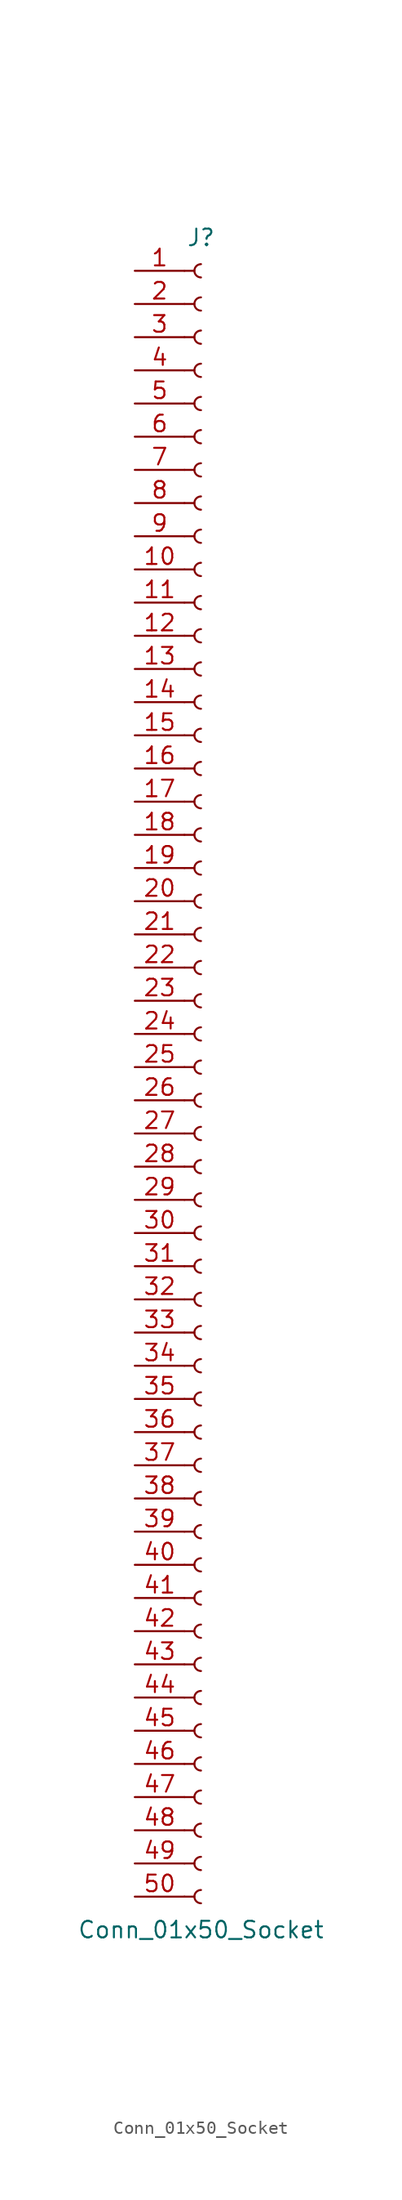
<source format=kicad_sym>
(kicad_symbol_lib
  (version 20241209)
  (generator "kicad_symbol_editor")
  (generator_version "9.0")
  (symbol "Conn_01x50_Socket"
    (pin_names
      (offset 1.016)
      (hide yes))
    (property "Reference" "J"
      (at 0 63.5 0)
      (effects (font (size 1.27 1.27))))
    (property "Value" "Conn_01x50_Socket"
      (at 0 -66.04 0)
      (effects (font (size 1.27 1.27))))
    (property "ki_locked" ""
      (at 0 0 0)
      (effects (font (size 1.27 1.27))))
    (symbol "Conn_01x50_Socket_1_1"
      (polyline (pts (xy -1.27 60.96) (xy -0.508 60.96)) (stroke (width 0.152) (type default)) (fill (type none)))
      (polyline (pts (xy -1.27 58.42) (xy -0.508 58.42)) (stroke (width 0.152) (type default)) (fill (type none)))
      (polyline (pts (xy -1.27 55.88) (xy -0.508 55.88)) (stroke (width 0.152) (type default)) (fill (type none)))
      (polyline (pts (xy -1.27 53.34) (xy -0.508 53.34)) (stroke (width 0.152) (type default)) (fill (type none)))
      (polyline (pts (xy -1.27 50.8) (xy -0.508 50.8)) (stroke (width 0.152) (type default)) (fill (type none)))
      (polyline (pts (xy -1.27 48.26) (xy -0.508 48.26)) (stroke (width 0.152) (type default)) (fill (type none)))
      (polyline (pts (xy -1.27 45.72) (xy -0.508 45.72)) (stroke (width 0.152) (type default)) (fill (type none)))
      (polyline (pts (xy -1.27 43.18) (xy -0.508 43.18)) (stroke (width 0.152) (type default)) (fill (type none)))
      (polyline (pts (xy -1.27 40.64) (xy -0.508 40.64)) (stroke (width 0.152) (type default)) (fill (type none)))
      (polyline (pts (xy -1.27 38.1) (xy -0.508 38.1)) (stroke (width 0.152) (type default)) (fill (type none)))
      (polyline (pts (xy -1.27 35.56) (xy -0.508 35.56)) (stroke (width 0.152) (type default)) (fill (type none)))
      (polyline (pts (xy -1.27 33.02) (xy -0.508 33.02)) (stroke (width 0.152) (type default)) (fill (type none)))
      (polyline (pts (xy -1.27 30.48) (xy -0.508 30.48)) (stroke (width 0.152) (type default)) (fill (type none)))
      (polyline (pts (xy -1.27 27.94) (xy -0.508 27.94)) (stroke (width 0.152) (type default)) (fill (type none)))
      (polyline (pts (xy -1.27 25.4) (xy -0.508 25.4)) (stroke (width 0.152) (type default)) (fill (type none)))
      (polyline (pts (xy -1.27 22.86) (xy -0.508 22.86)) (stroke (width 0.152) (type default)) (fill (type none)))
      (polyline (pts (xy -1.27 20.32) (xy -0.508 20.32)) (stroke (width 0.152) (type default)) (fill (type none)))
      (polyline (pts (xy -1.27 17.78) (xy -0.508 17.78)) (stroke (width 0.152) (type default)) (fill (type none)))
      (polyline (pts (xy -1.27 15.24) (xy -0.508 15.24)) (stroke (width 0.152) (type default)) (fill (type none)))
      (polyline (pts (xy -1.27 12.7) (xy -0.508 12.7)) (stroke (width 0.152) (type default)) (fill (type none)))
      (polyline (pts (xy -1.27 10.16) (xy -0.508 10.16)) (stroke (width 0.152) (type default)) (fill (type none)))
      (polyline (pts (xy -1.27 7.62) (xy -0.508 7.62)) (stroke (width 0.152) (type default)) (fill (type none)))
      (polyline (pts (xy -1.27 5.08) (xy -0.508 5.08)) (stroke (width 0.152) (type default)) (fill (type none)))
      (polyline (pts (xy -1.27 2.54) (xy -0.508 2.54)) (stroke (width 0.152) (type default)) (fill (type none)))
      (polyline (pts (xy -1.27 0) (xy -0.508 0)) (stroke (width 0.152) (type default)) (fill (type none)))
      (polyline (pts (xy -1.27 -2.54) (xy -0.508 -2.54)) (stroke (width 0.152) (type default)) (fill (type none)))
      (polyline (pts (xy -1.27 -5.08) (xy -0.508 -5.08)) (stroke (width 0.152) (type default)) (fill (type none)))
      (polyline (pts (xy -1.27 -7.62) (xy -0.508 -7.62)) (stroke (width 0.152) (type default)) (fill (type none)))
      (polyline (pts (xy -1.27 -10.16) (xy -0.508 -10.16)) (stroke (width 0.152) (type default)) (fill (type none)))
      (polyline (pts (xy -1.27 -12.7) (xy -0.508 -12.7)) (stroke (width 0.152) (type default)) (fill (type none)))
      (polyline (pts (xy -1.27 -15.24) (xy -0.508 -15.24)) (stroke (width 0.152) (type default)) (fill (type none)))
      (polyline (pts (xy -1.27 -17.78) (xy -0.508 -17.78)) (stroke (width 0.152) (type default)) (fill (type none)))
      (polyline (pts (xy -1.27 -20.32) (xy -0.508 -20.32)) (stroke (width 0.152) (type default)) (fill (type none)))
      (polyline (pts (xy -1.27 -22.86) (xy -0.508 -22.86)) (stroke (width 0.152) (type default)) (fill (type none)))
      (polyline (pts (xy -1.27 -25.4) (xy -0.508 -25.4)) (stroke (width 0.152) (type default)) (fill (type none)))
      (polyline (pts (xy -1.27 -27.94) (xy -0.508 -27.94)) (stroke (width 0.152) (type default)) (fill (type none)))
      (polyline (pts (xy -1.27 -30.48) (xy -0.508 -30.48)) (stroke (width 0.152) (type default)) (fill (type none)))
      (polyline (pts (xy -1.27 -33.02) (xy -0.508 -33.02)) (stroke (width 0.152) (type default)) (fill (type none)))
      (polyline (pts (xy -1.27 -35.56) (xy -0.508 -35.56)) (stroke (width 0.152) (type default)) (fill (type none)))
      (polyline (pts (xy -1.27 -38.1) (xy -0.508 -38.1)) (stroke (width 0.152) (type default)) (fill (type none)))
      (polyline (pts (xy -1.27 -40.64) (xy -0.508 -40.64)) (stroke (width 0.152) (type default)) (fill (type none)))
      (polyline (pts (xy -1.27 -43.18) (xy -0.508 -43.18)) (stroke (width 0.152) (type default)) (fill (type none)))
      (polyline (pts (xy -1.27 -45.72) (xy -0.508 -45.72)) (stroke (width 0.152) (type default)) (fill (type none)))
      (polyline (pts (xy -1.27 -48.26) (xy -0.508 -48.26)) (stroke (width 0.152) (type default)) (fill (type none)))
      (polyline (pts (xy -1.27 -50.8) (xy -0.508 -50.8)) (stroke (width 0.152) (type default)) (fill (type none)))
      (polyline (pts (xy -1.27 -53.34) (xy -0.508 -53.34)) (stroke (width 0.152) (type default)) (fill (type none)))
      (polyline (pts (xy -1.27 -55.88) (xy -0.508 -55.88)) (stroke (width 0.152) (type default)) (fill (type none)))
      (polyline (pts (xy -1.27 -58.42) (xy -0.508 -58.42)) (stroke (width 0.152) (type default)) (fill (type none)))
      (polyline (pts (xy -1.27 -60.96) (xy -0.508 -60.96)) (stroke (width 0.152) (type default)) (fill (type none)))
      (polyline (pts (xy -1.27 -63.5) (xy -0.508 -63.5)) (stroke (width 0.152) (type default)) (fill (type none)))
      (arc (start 0 60.452) (mid -0.5058 60.96) (end 0 61.468) (stroke (width 0.1524) (type default)) (fill (type none)))
      (arc (start 0 57.912) (mid -0.5058 58.42) (end 0 58.928) (stroke (width 0.1524) (type default)) (fill (type none)))
      (arc (start 0 55.372) (mid -0.5058 55.88) (end 0 56.388) (stroke (width 0.1524) (type default)) (fill (type none)))
      (arc (start 0 52.832) (mid -0.5058 53.34) (end 0 53.848) (stroke (width 0.1524) (type default)) (fill (type none)))
      (arc (start 0 50.292) (mid -0.5058 50.8) (end 0 51.308) (stroke (width 0.1524) (type default)) (fill (type none)))
      (arc (start 0 47.752) (mid -0.5058 48.26) (end 0 48.768) (stroke (width 0.1524) (type default)) (fill (type none)))
      (arc (start 0 45.212) (mid -0.5058 45.72) (end 0 46.228) (stroke (width 0.1524) (type default)) (fill (type none)))
      (arc (start 0 42.672) (mid -0.5058 43.18) (end 0 43.688) (stroke (width 0.1524) (type default)) (fill (type none)))
      (arc (start 0 40.132) (mid -0.5058 40.64) (end 0 41.148) (stroke (width 0.1524) (type default)) (fill (type none)))
      (arc (start 0 37.592) (mid -0.5058 38.1) (end 0 38.608) (stroke (width 0.1524) (type default)) (fill (type none)))
      (arc (start 0 35.052) (mid -0.5058 35.56) (end 0 36.068) (stroke (width 0.1524) (type default)) (fill (type none)))
      (arc (start 0 32.512) (mid -0.5058 33.02) (end 0 33.528) (stroke (width 0.1524) (type default)) (fill (type none)))
      (arc (start 0 29.972) (mid -0.5058 30.48) (end 0 30.988) (stroke (width 0.1524) (type default)) (fill (type none)))
      (arc (start 0 27.432) (mid -0.5058 27.94) (end 0 28.448) (stroke (width 0.1524) (type default)) (fill (type none)))
      (arc (start 0 24.892) (mid -0.5058 25.4) (end 0 25.908) (stroke (width 0.1524) (type default)) (fill (type none)))
      (arc (start 0 22.352) (mid -0.5058 22.86) (end 0 23.368) (stroke (width 0.1524) (type default)) (fill (type none)))
      (arc (start 0 19.812) (mid -0.5058 20.32) (end 0 20.828) (stroke (width 0.1524) (type default)) (fill (type none)))
      (arc (start 0 17.272) (mid -0.5058 17.78) (end 0 18.288) (stroke (width 0.1524) (type default)) (fill (type none)))
      (arc (start 0 14.732) (mid -0.5058 15.24) (end 0 15.748) (stroke (width 0.1524) (type default)) (fill (type none)))
      (arc (start 0 12.192) (mid -0.5058 12.7) (end 0 13.208) (stroke (width 0.1524) (type default)) (fill (type none)))
      (arc (start 0 9.652) (mid -0.5058 10.16) (end 0 10.668) (stroke (width 0.1524) (type default)) (fill (type none)))
      (arc (start 0 7.112) (mid -0.5058 7.62) (end 0 8.128) (stroke (width 0.1524) (type default)) (fill (type none)))
      (arc (start 0 4.572) (mid -0.5058 5.08) (end 0 5.588) (stroke (width 0.1524) (type default)) (fill (type none)))
      (arc (start 0 2.032) (mid -0.5058 2.54) (end 0 3.048) (stroke (width 0.1524) (type default)) (fill (type none)))
      (arc (start 0 -0.508) (mid -0.5058 0) (end 0 0.508) (stroke (width 0.1524) (type default)) (fill (type none)))
      (arc (start 0 -3.048) (mid -0.5058 -2.54) (end 0 -2.032) (stroke (width 0.1524) (type default)) (fill (type none)))
      (arc (start 0 -5.588) (mid -0.5058 -5.08) (end 0 -4.572) (stroke (width 0.1524) (type default)) (fill (type none)))
      (arc (start 0 -8.128) (mid -0.5058 -7.62) (end 0 -7.112) (stroke (width 0.1524) (type default)) (fill (type none)))
      (arc (start 0 -10.668) (mid -0.5058 -10.16) (end 0 -9.652) (stroke (width 0.1524) (type default)) (fill (type none)))
      (arc (start 0 -13.208) (mid -0.5058 -12.7) (end 0 -12.192) (stroke (width 0.1524) (type default)) (fill (type none)))
      (arc (start 0 -15.748) (mid -0.5058 -15.24) (end 0 -14.732) (stroke (width 0.1524) (type default)) (fill (type none)))
      (arc (start 0 -18.288) (mid -0.5058 -17.78) (end 0 -17.272) (stroke (width 0.1524) (type default)) (fill (type none)))
      (arc (start 0 -20.828) (mid -0.5058 -20.32) (end 0 -19.812) (stroke (width 0.1524) (type default)) (fill (type none)))
      (arc (start 0 -23.368) (mid -0.5058 -22.86) (end 0 -22.352) (stroke (width 0.1524) (type default)) (fill (type none)))
      (arc (start 0 -25.908) (mid -0.5058 -25.4) (end 0 -24.892) (stroke (width 0.1524) (type default)) (fill (type none)))
      (arc (start 0 -28.448) (mid -0.5058 -27.94) (end 0 -27.432) (stroke (width 0.1524) (type default)) (fill (type none)))
      (arc (start 0 -30.988) (mid -0.5058 -30.48) (end 0 -29.972) (stroke (width 0.1524) (type default)) (fill (type none)))
      (arc (start 0 -33.528) (mid -0.5058 -33.02) (end 0 -32.512) (stroke (width 0.1524) (type default)) (fill (type none)))
      (arc (start 0 -36.068) (mid -0.5058 -35.56) (end 0 -35.052) (stroke (width 0.1524) (type default)) (fill (type none)))
      (arc (start 0 -38.608) (mid -0.5058 -38.1) (end 0 -37.592) (stroke (width 0.1524) (type default)) (fill (type none)))
      (arc (start 0 -41.148) (mid -0.5058 -40.64) (end 0 -40.132) (stroke (width 0.1524) (type default)) (fill (type none)))
      (arc (start 0 -43.688) (mid -0.5058 -43.18) (end 0 -42.672) (stroke (width 0.1524) (type default)) (fill (type none)))
      (arc (start 0 -46.228) (mid -0.5058 -45.72) (end 0 -45.212) (stroke (width 0.1524) (type default)) (fill (type none)))
      (arc (start 0 -48.768) (mid -0.5058 -48.26) (end 0 -47.752) (stroke (width 0.1524) (type default)) (fill (type none)))
      (arc (start 0 -51.308) (mid -0.5058 -50.8) (end 0 -50.292) (stroke (width 0.1524) (type default)) (fill (type none)))
      (arc (start 0 -53.848) (mid -0.5058 -53.34) (end 0 -52.832) (stroke (width 0.1524) (type default)) (fill (type none)))
      (arc (start 0 -56.388) (mid -0.5058 -55.88) (end 0 -55.372) (stroke (width 0.1524) (type default)) (fill (type none)))
      (arc (start 0 -58.928) (mid -0.5058 -58.42) (end 0 -57.912) (stroke (width 0.1524) (type default)) (fill (type none)))
      (arc (start 0 -61.468) (mid -0.5058 -60.96) (end 0 -60.452) (stroke (width 0.1524) (type default)) (fill (type none)))
      (arc (start 0 -64.008) (mid -0.5058 -63.5) (end 0 -62.992) (stroke (width 0.1524) (type default)) (fill (type none)))
      (pin passive line (at -5.08 60.96 0) (length 3.81) (name "Pin_1" (effects (font (size 1.27 1.27)))) (number "1" (effects (font (size 1.27 1.27)))))
      (pin passive line (at -5.08 58.42 0) (length 3.81) (name "Pin_2" (effects (font (size 1.27 1.27)))) (number "2" (effects (font (size 1.27 1.27)))))
      (pin passive line (at -5.08 55.88 0) (length 3.81) (name "Pin_3" (effects (font (size 1.27 1.27)))) (number "3" (effects (font (size 1.27 1.27)))))
      (pin passive line (at -5.08 53.34 0) (length 3.81) (name "Pin_4" (effects (font (size 1.27 1.27)))) (number "4" (effects (font (size 1.27 1.27)))))
      (pin passive line (at -5.08 50.8 0) (length 3.81) (name "Pin_5" (effects (font (size 1.27 1.27)))) (number "5" (effects (font (size 1.27 1.27)))))
      (pin passive line (at -5.08 48.26 0) (length 3.81) (name "Pin_6" (effects (font (size 1.27 1.27)))) (number "6" (effects (font (size 1.27 1.27)))))
      (pin passive line (at -5.08 45.72 0) (length 3.81) (name "Pin_7" (effects (font (size 1.27 1.27)))) (number "7" (effects (font (size 1.27 1.27)))))
      (pin passive line (at -5.08 43.18 0) (length 3.81) (name "Pin_8" (effects (font (size 1.27 1.27)))) (number "8" (effects (font (size 1.27 1.27)))))
      (pin passive line (at -5.08 40.64 0) (length 3.81) (name "Pin_9" (effects (font (size 1.27 1.27)))) (number "9" (effects (font (size 1.27 1.27)))))
      (pin passive line (at -5.08 38.1 0) (length 3.81) (name "Pin_10" (effects (font (size 1.27 1.27)))) (number "10" (effects (font (size 1.27 1.27)))))
      (pin passive line (at -5.08 35.56 0) (length 3.81) (name "Pin_11" (effects (font (size 1.27 1.27)))) (number "11" (effects (font (size 1.27 1.27)))))
      (pin passive line (at -5.08 33.02 0) (length 3.81) (name "Pin_12" (effects (font (size 1.27 1.27)))) (number "12" (effects (font (size 1.27 1.27)))))
      (pin passive line (at -5.08 30.48 0) (length 3.81) (name "Pin_13" (effects (font (size 1.27 1.27)))) (number "13" (effects (font (size 1.27 1.27)))))
      (pin passive line (at -5.08 27.94 0) (length 3.81) (name "Pin_14" (effects (font (size 1.27 1.27)))) (number "14" (effects (font (size 1.27 1.27)))))
      (pin passive line (at -5.08 25.4 0) (length 3.81) (name "Pin_15" (effects (font (size 1.27 1.27)))) (number "15" (effects (font (size 1.27 1.27)))))
      (pin passive line (at -5.08 22.86 0) (length 3.81) (name "Pin_16" (effects (font (size 1.27 1.27)))) (number "16" (effects (font (size 1.27 1.27)))))
      (pin passive line (at -5.08 20.32 0) (length 3.81) (name "Pin_17" (effects (font (size 1.27 1.27)))) (number "17" (effects (font (size 1.27 1.27)))))
      (pin passive line (at -5.08 17.78 0) (length 3.81) (name "Pin_18" (effects (font (size 1.27 1.27)))) (number "18" (effects (font (size 1.27 1.27)))))
      (pin passive line (at -5.08 15.24 0) (length 3.81) (name "Pin_19" (effects (font (size 1.27 1.27)))) (number "19" (effects (font (size 1.27 1.27)))))
      (pin passive line (at -5.08 12.7 0) (length 3.81) (name "Pin_20" (effects (font (size 1.27 1.27)))) (number "20" (effects (font (size 1.27 1.27)))))
      (pin passive line (at -5.08 10.16 0) (length 3.81) (name "Pin_21" (effects (font (size 1.27 1.27)))) (number "21" (effects (font (size 1.27 1.27)))))
      (pin passive line (at -5.08 7.62 0) (length 3.81) (name "Pin_22" (effects (font (size 1.27 1.27)))) (number "22" (effects (font (size 1.27 1.27)))))
      (pin passive line (at -5.08 5.08 0) (length 3.81) (name "Pin_23" (effects (font (size 1.27 1.27)))) (number "23" (effects (font (size 1.27 1.27)))))
      (pin passive line (at -5.08 2.54 0) (length 3.81) (name "Pin_24" (effects (font (size 1.27 1.27)))) (number "24" (effects (font (size 1.27 1.27)))))
      (pin passive line (at -5.08 0 0) (length 3.81) (name "Pin_25" (effects (font (size 1.27 1.27)))) (number "25" (effects (font (size 1.27 1.27)))))
      (pin passive line (at -5.08 -2.54 0) (length 3.81) (name "Pin_26" (effects (font (size 1.27 1.27)))) (number "26" (effects (font (size 1.27 1.27)))))
      (pin passive line (at -5.08 -5.08 0) (length 3.81) (name "Pin_27" (effects (font (size 1.27 1.27)))) (number "27" (effects (font (size 1.27 1.27)))))
      (pin passive line (at -5.08 -7.62 0) (length 3.81) (name "Pin_28" (effects (font (size 1.27 1.27)))) (number "28" (effects (font (size 1.27 1.27)))))
      (pin passive line (at -5.08 -10.16 0) (length 3.81) (name "Pin_29" (effects (font (size 1.27 1.27)))) (number "29" (effects (font (size 1.27 1.27)))))
      (pin passive line (at -5.08 -12.7 0) (length 3.81) (name "Pin_30" (effects (font (size 1.27 1.27)))) (number "30" (effects (font (size 1.27 1.27)))))
      (pin passive line (at -5.08 -15.24 0) (length 3.81) (name "Pin_31" (effects (font (size 1.27 1.27)))) (number "31" (effects (font (size 1.27 1.27)))))
      (pin passive line (at -5.08 -17.78 0) (length 3.81) (name "Pin_32" (effects (font (size 1.27 1.27)))) (number "32" (effects (font (size 1.27 1.27)))))
      (pin passive line (at -5.08 -20.32 0) (length 3.81) (name "Pin_33" (effects (font (size 1.27 1.27)))) (number "33" (effects (font (size 1.27 1.27)))))
      (pin passive line (at -5.08 -22.86 0) (length 3.81) (name "Pin_34" (effects (font (size 1.27 1.27)))) (number "34" (effects (font (size 1.27 1.27)))))
      (pin passive line (at -5.08 -25.4 0) (length 3.81) (name "Pin_35" (effects (font (size 1.27 1.27)))) (number "35" (effects (font (size 1.27 1.27)))))
      (pin passive line (at -5.08 -27.94 0) (length 3.81) (name "Pin_36" (effects (font (size 1.27 1.27)))) (number "36" (effects (font (size 1.27 1.27)))))
      (pin passive line (at -5.08 -30.48 0) (length 3.81) (name "Pin_37" (effects (font (size 1.27 1.27)))) (number "37" (effects (font (size 1.27 1.27)))))
      (pin passive line (at -5.08 -33.02 0) (length 3.81) (name "Pin_38" (effects (font (size 1.27 1.27)))) (number "38" (effects (font (size 1.27 1.27)))))
      (pin passive line (at -5.08 -35.56 0) (length 3.81) (name "Pin_39" (effects (font (size 1.27 1.27)))) (number "39" (effects (font (size 1.27 1.27)))))
      (pin passive line (at -5.08 -38.1 0) (length 3.81) (name "Pin_40" (effects (font (size 1.27 1.27)))) (number "40" (effects (font (size 1.27 1.27)))))
      (pin passive line (at -5.08 -40.64 0) (length 3.81) (name "Pin_41" (effects (font (size 1.27 1.27)))) (number "41" (effects (font (size 1.27 1.27)))))
      (pin passive line (at -5.08 -43.18 0) (length 3.81) (name "Pin_42" (effects (font (size 1.27 1.27)))) (number "42" (effects (font (size 1.27 1.27)))))
      (pin passive line (at -5.08 -45.72 0) (length 3.81) (name "Pin_43" (effects (font (size 1.27 1.27)))) (number "43" (effects (font (size 1.27 1.27)))))
      (pin passive line (at -5.08 -48.26 0) (length 3.81) (name "Pin_44" (effects (font (size 1.27 1.27)))) (number "44" (effects (font (size 1.27 1.27)))))
      (pin passive line (at -5.08 -50.8 0) (length 3.81) (name "Pin_45" (effects (font (size 1.27 1.27)))) (number "45" (effects (font (size 1.27 1.27)))))
      (pin passive line (at -5.08 -53.34 0) (length 3.81) (name "Pin_46" (effects (font (size 1.27 1.27)))) (number "46" (effects (font (size 1.27 1.27)))))
      (pin passive line (at -5.08 -55.88 0) (length 3.81) (name "Pin_47" (effects (font (size 1.27 1.27)))) (number "47" (effects (font (size 1.27 1.27)))))
      (pin passive line (at -5.08 -58.42 0) (length 3.81) (name "Pin_48" (effects (font (size 1.27 1.27)))) (number "48" (effects (font (size 1.27 1.27)))))
      (pin passive line (at -5.08 -60.96 0) (length 3.81) (name "Pin_49" (effects (font (size 1.27 1.27)))) (number "49" (effects (font (size 1.27 1.27)))))
      (pin passive line (at -5.08 -63.5 0) (length 3.81) (name "Pin_50" (effects (font (size 1.27 1.27)))) (number "50" (effects (font (size 1.27 1.27))))))))
</source>
